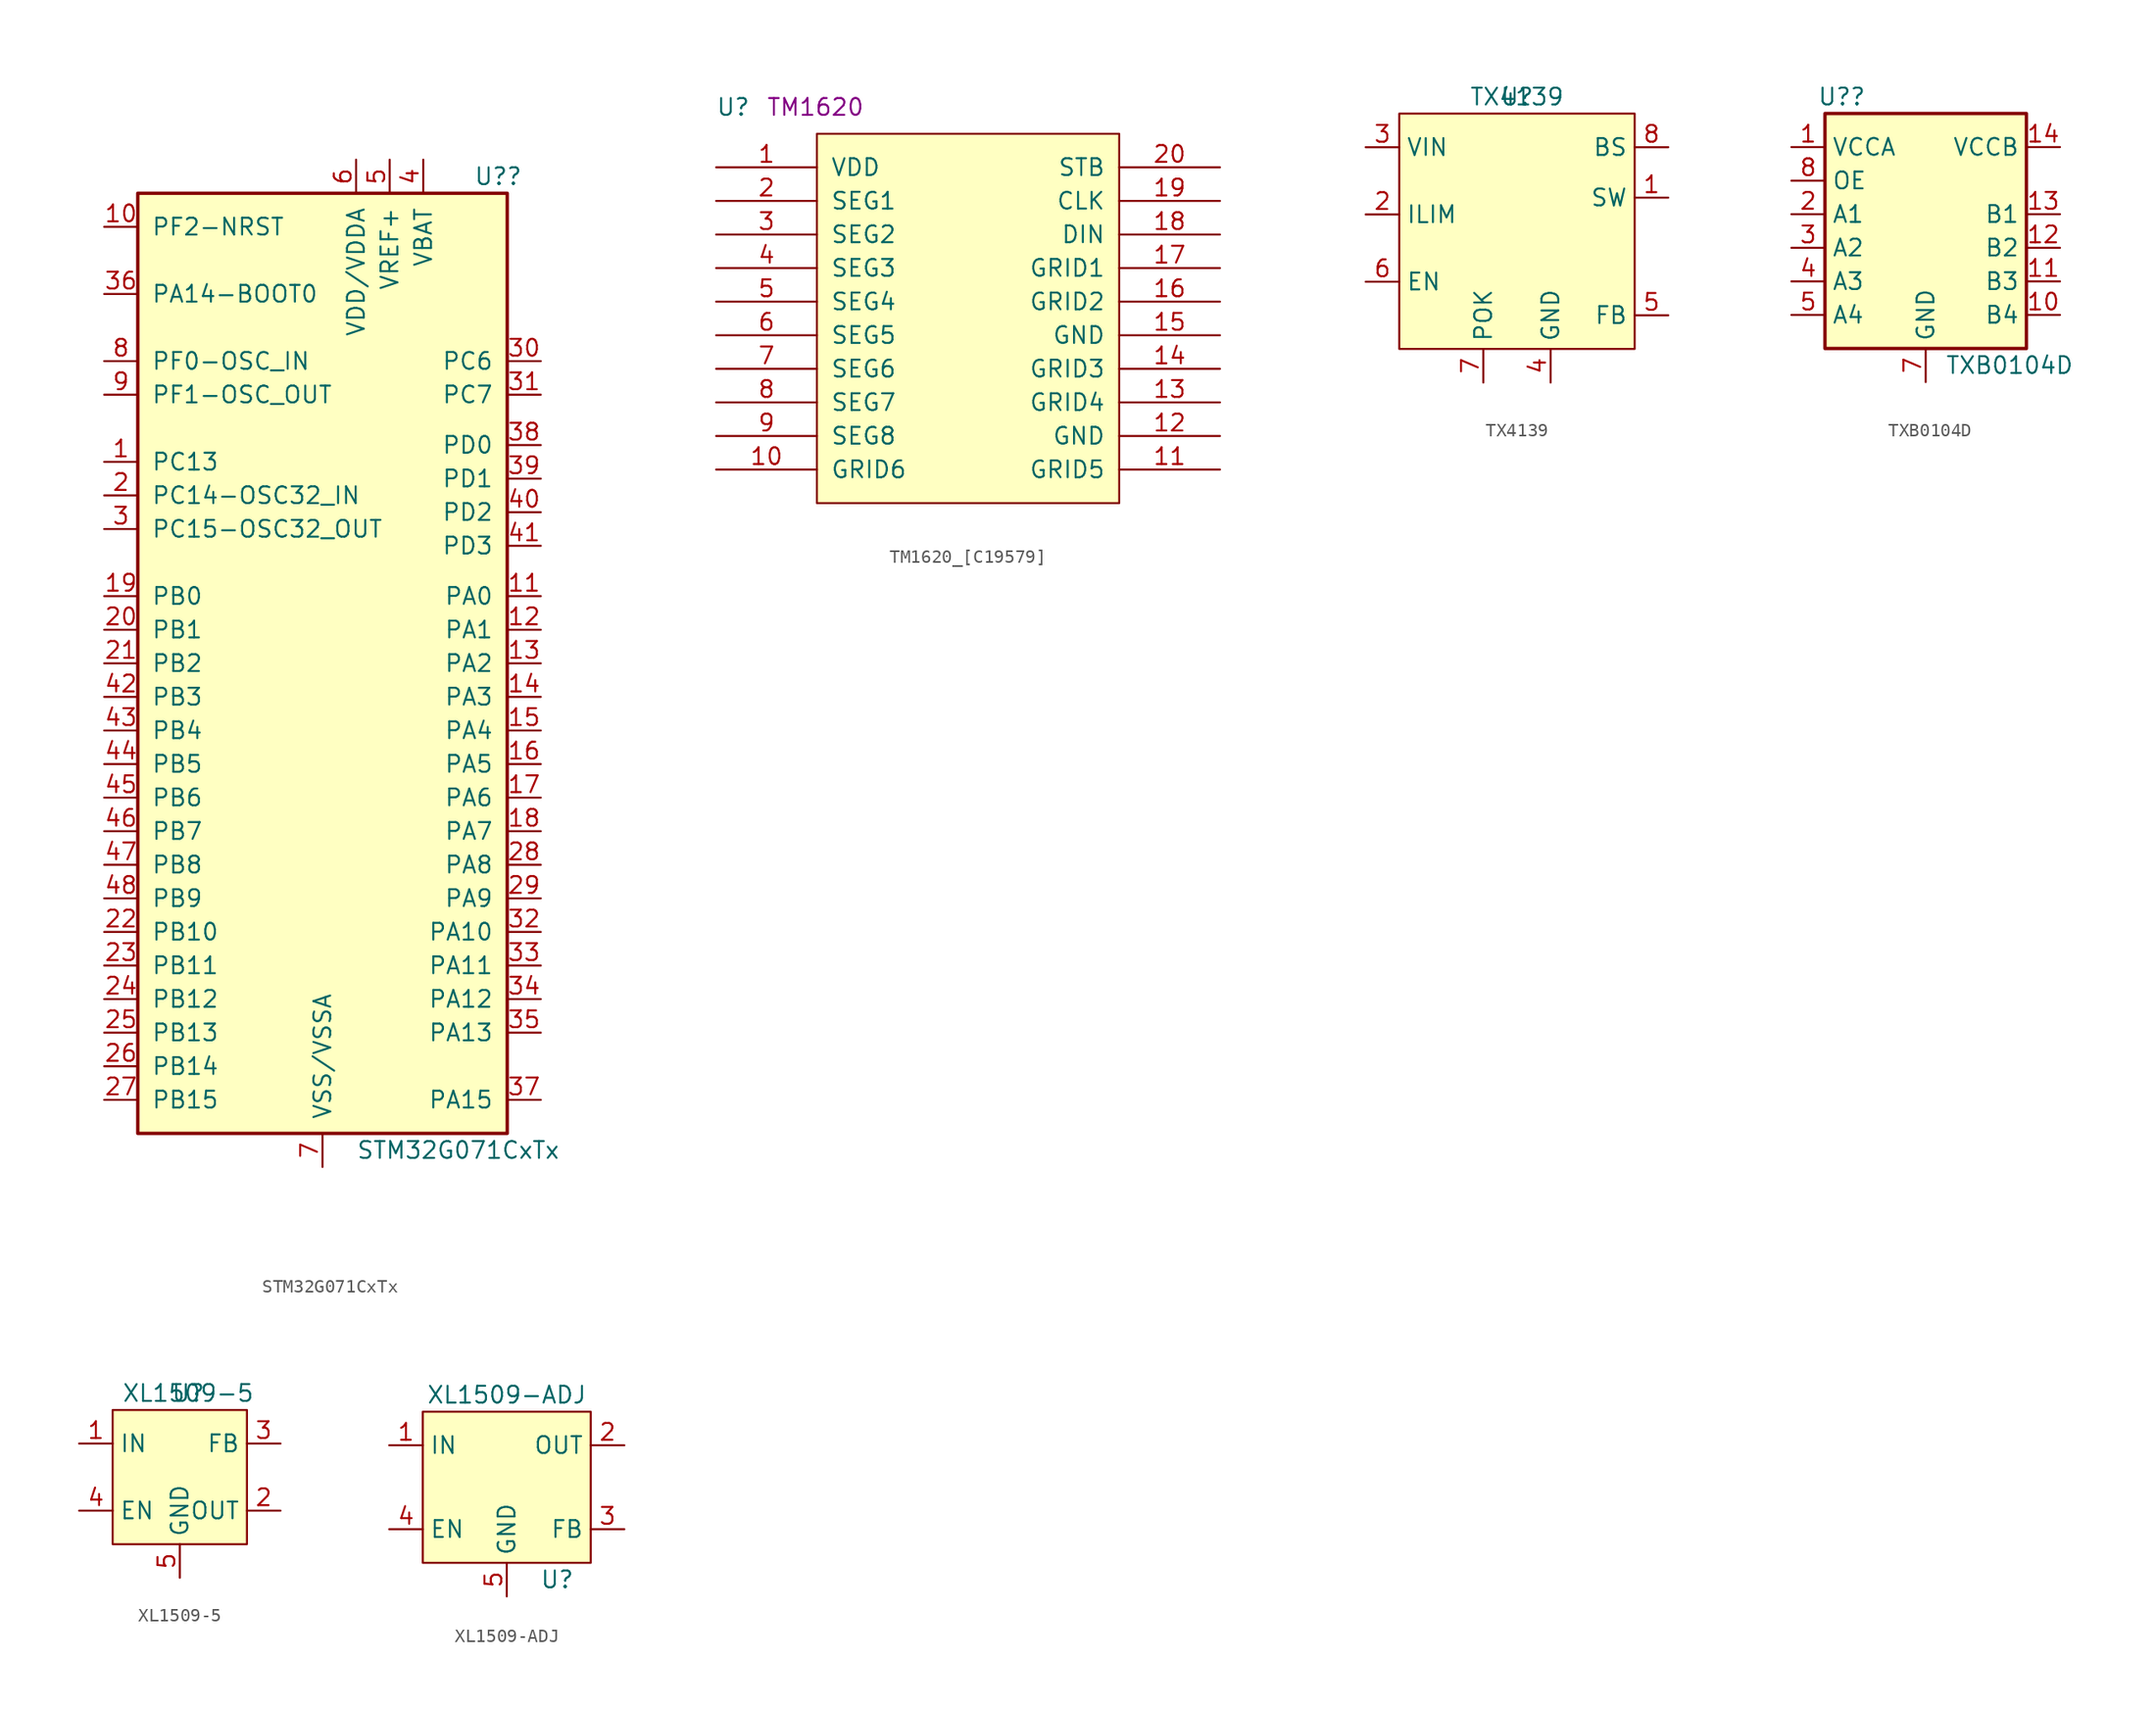
<source format=kicad_sym>
(kicad_symbol_lib
  (version 20211014)
  (generator kicad_symbol_editor)
  (symbol "STM32G071CxTx"
    (pin_names
      (offset 1.016))
    (property "Reference" "U?"
      (at 11.43 36.83 0)
      (effects (font (size 1.27 1.27)) (justify left)))
    (property "Value" "STM32G071CxTx"
      (at 2.54 -36.83 0)
      (effects (font (size 1.27 1.27)) (justify left)))
    (symbol "STM32G071CxTx_0_0"
      (pin bidirectional line (at -16.51 15.24 0) (length 2.54) (name "PC13" (effects (font (size 1.27 1.27)))) (number "1" (effects (font (size 1.27 1.27)))))
      (pin bidirectional line (at -16.51 33.02 0) (length 2.54) (name "PF2-NRST" (effects (font (size 1.27 1.27)))) (number "10" (effects (font (size 1.27 1.27)))))
      (pin bidirectional line (at 16.51 5.08 180) (length 2.54) (name "PA0" (effects (font (size 1.27 1.27)))) (number "11" (effects (font (size 1.27 1.27)))))
      (pin bidirectional line (at 16.51 2.54 180) (length 2.54) (name "PA1" (effects (font (size 1.27 1.27)))) (number "12" (effects (font (size 1.27 1.27)))))
      (pin bidirectional line (at 16.51 0 180) (length 2.54) (name "PA2" (effects (font (size 1.27 1.27)))) (number "13" (effects (font (size 1.27 1.27)))))
      (pin bidirectional line (at 16.51 -2.54 180) (length 2.54) (name "PA3" (effects (font (size 1.27 1.27)))) (number "14" (effects (font (size 1.27 1.27)))))
      (pin bidirectional line (at 16.51 -5.08 180) (length 2.54) (name "PA4" (effects (font (size 1.27 1.27)))) (number "15" (effects (font (size 1.27 1.27)))))
      (pin bidirectional line (at 16.51 -7.62 180) (length 2.54) (name "PA5" (effects (font (size 1.27 1.27)))) (number "16" (effects (font (size 1.27 1.27)))))
      (pin bidirectional line (at 16.51 -10.16 180) (length 2.54) (name "PA6" (effects (font (size 1.27 1.27)))) (number "17" (effects (font (size 1.27 1.27)))))
      (pin bidirectional line (at 16.51 -12.7 180) (length 2.54) (name "PA7" (effects (font (size 1.27 1.27)))) (number "18" (effects (font (size 1.27 1.27)))))
      (pin bidirectional line (at -16.51 5.08 0) (length 2.54) (name "PB0" (effects (font (size 1.27 1.27)))) (number "19" (effects (font (size 1.27 1.27)))))
      (pin bidirectional line (at -16.51 12.7 0) (length 2.54) (name "PC14-OSC32_IN" (effects (font (size 1.27 1.27)))) (number "2" (effects (font (size 1.27 1.27)))))
      (pin bidirectional line (at -16.51 2.54 0) (length 2.54) (name "PB1" (effects (font (size 1.27 1.27)))) (number "20" (effects (font (size 1.27 1.27)))))
      (pin bidirectional line (at -16.51 0 0) (length 2.54) (name "PB2" (effects (font (size 1.27 1.27)))) (number "21" (effects (font (size 1.27 1.27)))))
      (pin bidirectional line (at -16.51 -20.32 0) (length 2.54) (name "PB10" (effects (font (size 1.27 1.27)))) (number "22" (effects (font (size 1.27 1.27)))))
      (pin bidirectional line (at -16.51 -22.86 0) (length 2.54) (name "PB11" (effects (font (size 1.27 1.27)))) (number "23" (effects (font (size 1.27 1.27)))))
      (pin bidirectional line (at -16.51 -25.4 0) (length 2.54) (name "PB12" (effects (font (size 1.27 1.27)))) (number "24" (effects (font (size 1.27 1.27)))))
      (pin bidirectional line (at -16.51 -27.94 0) (length 2.54) (name "PB13" (effects (font (size 1.27 1.27)))) (number "25" (effects (font (size 1.27 1.27)))))
      (pin bidirectional line (at -16.51 -30.48 0) (length 2.54) (name "PB14" (effects (font (size 1.27 1.27)))) (number "26" (effects (font (size 1.27 1.27)))))
      (pin bidirectional line (at -16.51 -33.02 0) (length 2.54) (name "PB15" (effects (font (size 1.27 1.27)))) (number "27" (effects (font (size 1.27 1.27)))))
      (pin bidirectional line (at 16.51 -15.24 180) (length 2.54) (name "PA8" (effects (font (size 1.27 1.27)))) (number "28" (effects (font (size 1.27 1.27)))))
      (pin bidirectional line (at 16.51 -17.78 180) (length 2.54) (name "PA9" (effects (font (size 1.27 1.27)))) (number "29" (effects (font (size 1.27 1.27)))))
      (pin bidirectional line (at -16.51 10.16 0) (length 2.54) (name "PC15-OSC32_OUT" (effects (font (size 1.27 1.27)))) (number "3" (effects (font (size 1.27 1.27)))))
      (pin bidirectional line (at 16.51 22.86 180) (length 2.54) (name "PC6" (effects (font (size 1.27 1.27)))) (number "30" (effects (font (size 1.27 1.27)))))
      (pin bidirectional line (at 16.51 20.32 180) (length 2.54) (name "PC7" (effects (font (size 1.27 1.27)))) (number "31" (effects (font (size 1.27 1.27)))))
      (pin bidirectional line (at 16.51 -20.32 180) (length 2.54) (name "PA10" (effects (font (size 1.27 1.27)))) (number "32" (effects (font (size 1.27 1.27)))))
      (pin bidirectional line (at 16.51 -22.86 180) (length 2.54) (name "PA11" (effects (font (size 1.27 1.27)))) (number "33" (effects (font (size 1.27 1.27)))))
      (pin bidirectional line (at 16.51 -25.4 180) (length 2.54) (name "PA12" (effects (font (size 1.27 1.27)))) (number "34" (effects (font (size 1.27 1.27)))))
      (pin bidirectional line (at 16.51 -27.94 180) (length 2.54) (name "PA13" (effects (font (size 1.27 1.27)))) (number "35" (effects (font (size 1.27 1.27)))))
      (pin bidirectional line (at -16.51 27.94 0) (length 2.54) (name "PA14-BOOT0" (effects (font (size 1.27 1.27)))) (number "36" (effects (font (size 1.27 1.27)))))
      (pin bidirectional line (at 16.51 -33.02 180) (length 2.54) (name "PA15" (effects (font (size 1.27 1.27)))) (number "37" (effects (font (size 1.27 1.27)))))
      (pin bidirectional line (at 16.51 16.51 180) (length 2.54) (name "PD0" (effects (font (size 1.27 1.27)))) (number "38" (effects (font (size 1.27 1.27)))))
      (pin bidirectional line (at 16.51 13.97 180) (length 2.54) (name "PD1" (effects (font (size 1.27 1.27)))) (number "39" (effects (font (size 1.27 1.27)))))
      (pin power_in line (at 7.62 38.1 270) (length 2.54) (name "VBAT" (effects (font (size 1.27 1.27)))) (number "4" (effects (font (size 1.27 1.27)))))
      (pin bidirectional line (at 16.51 11.43 180) (length 2.54) (name "PD2" (effects (font (size 1.27 1.27)))) (number "40" (effects (font (size 1.27 1.27)))))
      (pin bidirectional line (at 16.51 8.89 180) (length 2.54) (name "PD3" (effects (font (size 1.27 1.27)))) (number "41" (effects (font (size 1.27 1.27)))))
      (pin bidirectional line (at -16.51 -2.54 0) (length 2.54) (name "PB3" (effects (font (size 1.27 1.27)))) (number "42" (effects (font (size 1.27 1.27)))))
      (pin bidirectional line (at -16.51 -5.08 0) (length 2.54) (name "PB4" (effects (font (size 1.27 1.27)))) (number "43" (effects (font (size 1.27 1.27)))))
      (pin bidirectional line (at -16.51 -7.62 0) (length 2.54) (name "PB5" (effects (font (size 1.27 1.27)))) (number "44" (effects (font (size 1.27 1.27)))))
      (pin bidirectional line (at -16.51 -10.16 0) (length 2.54) (name "PB6" (effects (font (size 1.27 1.27)))) (number "45" (effects (font (size 1.27 1.27)))))
      (pin bidirectional line (at -16.51 -12.7 0) (length 2.54) (name "PB7" (effects (font (size 1.27 1.27)))) (number "46" (effects (font (size 1.27 1.27)))))
      (pin bidirectional line (at -16.51 -15.24 0) (length 2.54) (name "PB8" (effects (font (size 1.27 1.27)))) (number "47" (effects (font (size 1.27 1.27)))))
      (pin bidirectional line (at -16.51 -17.78 0) (length 2.54) (name "PB9" (effects (font (size 1.27 1.27)))) (number "48" (effects (font (size 1.27 1.27)))))
      (pin power_in line (at 5.08 38.1 270) (length 2.54) (name "VREF+" (effects (font (size 1.27 1.27)))) (number "5" (effects (font (size 1.27 1.27)))))
      (pin power_in line (at 2.54 38.1 270) (length 2.54) (name "VDD/VDDA" (effects (font (size 1.27 1.27)))) (number "6" (effects (font (size 1.27 1.27)))))
      (pin power_in line (at 0 -38.1 90) (length 2.54) (name "VSS/VSSA" (effects (font (size 1.27 1.27)))) (number "7" (effects (font (size 1.27 1.27)))))
      (pin bidirectional line (at -16.51 22.86 0) (length 2.54) (name "PF0-OSC_IN" (effects (font (size 1.27 1.27)))) (number "8" (effects (font (size 1.27 1.27)))))
      (pin bidirectional line (at -16.51 20.32 0) (length 2.54) (name "PF1-OSC_OUT" (effects (font (size 1.27 1.27)))) (number "9" (effects (font (size 1.27 1.27))))))
    (symbol "STM32G071CxTx_0_1"
      (rectangle (start -13.97 -35.56) (end 13.97 35.56) (stroke (width 0.254) (type default) (color 0 0 0 0)) (fill (type background)))))
  (symbol "TM1620_[C19579]"
    (pin_names
      (offset 1.016))
    (property "Reference" "U"
      (at -0.025 1.27 0)
      (effects (font (size 1.27 1.27)) (justify left bottom)))
    (property "Comment" "TM1620"
      (at 3.785 1.27 0)
      (effects (font (size 1.27 1.27)) (justify left bottom)))
    (symbol "TM1620_[C19579]_1_1"
      (rectangle (start 7.62 -27.94) (end 30.48 0) (stroke (width 0) (type default) (color 0 0 0 0)) (fill (type background)))
      (pin passive line (at 0 -2.54 0) (length 7.62) (name "VDD" (effects (font (size 1.27 1.27)))) (number "1" (effects (font (size 1.27 1.27)))))
      (pin passive line (at 0 -25.4 0) (length 7.62) (name "GRID6" (effects (font (size 1.27 1.27)))) (number "10" (effects (font (size 1.27 1.27)))))
      (pin passive line (at 38.1 -25.4 180) (length 7.62) (name "GRID5" (effects (font (size 1.27 1.27)))) (number "11" (effects (font (size 1.27 1.27)))))
      (pin passive line (at 38.1 -22.86 180) (length 7.62) (name "GND" (effects (font (size 1.27 1.27)))) (number "12" (effects (font (size 1.27 1.27)))))
      (pin passive line (at 38.1 -20.32 180) (length 7.62) (name "GRID4" (effects (font (size 1.27 1.27)))) (number "13" (effects (font (size 1.27 1.27)))))
      (pin passive line (at 38.1 -17.78 180) (length 7.62) (name "GRID3" (effects (font (size 1.27 1.27)))) (number "14" (effects (font (size 1.27 1.27)))))
      (pin passive line (at 38.1 -15.24 180) (length 7.62) (name "GND" (effects (font (size 1.27 1.27)))) (number "15" (effects (font (size 1.27 1.27)))))
      (pin passive line (at 38.1 -12.7 180) (length 7.62) (name "GRID2" (effects (font (size 1.27 1.27)))) (number "16" (effects (font (size 1.27 1.27)))))
      (pin passive line (at 38.1 -10.16 180) (length 7.62) (name "GRID1" (effects (font (size 1.27 1.27)))) (number "17" (effects (font (size 1.27 1.27)))))
      (pin passive line (at 38.1 -7.62 180) (length 7.62) (name "DIN" (effects (font (size 1.27 1.27)))) (number "18" (effects (font (size 1.27 1.27)))))
      (pin passive line (at 38.1 -5.08 180) (length 7.62) (name "CLK" (effects (font (size 1.27 1.27)))) (number "19" (effects (font (size 1.27 1.27)))))
      (pin passive line (at 0 -5.08 0) (length 7.62) (name "SEG1" (effects (font (size 1.27 1.27)))) (number "2" (effects (font (size 1.27 1.27)))))
      (pin passive line (at 38.1 -2.54 180) (length 7.62) (name "STB" (effects (font (size 1.27 1.27)))) (number "20" (effects (font (size 1.27 1.27)))))
      (pin passive line (at 0 -7.62 0) (length 7.62) (name "SEG2" (effects (font (size 1.27 1.27)))) (number "3" (effects (font (size 1.27 1.27)))))
      (pin passive line (at 0 -10.16 0) (length 7.62) (name "SEG3" (effects (font (size 1.27 1.27)))) (number "4" (effects (font (size 1.27 1.27)))))
      (pin passive line (at 0 -12.7 0) (length 7.62) (name "SEG4" (effects (font (size 1.27 1.27)))) (number "5" (effects (font (size 1.27 1.27)))))
      (pin passive line (at 0 -15.24 0) (length 7.62) (name "SEG5" (effects (font (size 1.27 1.27)))) (number "6" (effects (font (size 1.27 1.27)))))
      (pin passive line (at 0 -17.78 0) (length 7.62) (name "SEG6" (effects (font (size 1.27 1.27)))) (number "7" (effects (font (size 1.27 1.27)))))
      (pin passive line (at 0 -20.32 0) (length 7.62) (name "SEG7" (effects (font (size 1.27 1.27)))) (number "8" (effects (font (size 1.27 1.27)))))
      (pin passive line (at 0 -22.86 0) (length 7.62) (name "SEG8" (effects (font (size 1.27 1.27)))) (number "9" (effects (font (size 1.27 1.27)))))))
  (symbol "TX4139"
    (property "Reference" "U"
      (at 0 10.16 0)
      (effects (font (size 1.27 1.27))))
    (property "Value" "TX4139"
      (at 0 10.16 0)
      (effects (font (size 1.27 1.27))))
    (symbol "TX4139_0_1"
      (rectangle (start -8.89 8.89) (end 8.89 -8.89) (stroke (width 0.152) (type default) (color 0 0 0 0)) (fill (type background))))
    (symbol "TX4139_1_1"
      (pin output line (at 11.43 2.54 180) (length 2.54) (name "SW" (effects (font (size 1.27 1.27)))) (number "1" (effects (font (size 1.27 1.27)))))
      (pin passive line (at -11.43 1.27 0) (length 2.54) (name "ILIM" (effects (font (size 1.27 1.27)))) (number "2" (effects (font (size 1.27 1.27)))))
      (pin power_in line (at -11.43 6.35 0) (length 2.54) (name "VIN" (effects (font (size 1.27 1.27)))) (number "3" (effects (font (size 1.27 1.27)))))
      (pin power_in line (at 2.54 -11.43 90) (length 2.54) (name "GND" (effects (font (size 1.27 1.27)))) (number "4" (effects (font (size 1.27 1.27)))))
      (pin input line (at 11.43 -6.35 180) (length 2.54) (name "FB" (effects (font (size 1.27 1.27)))) (number "5" (effects (font (size 1.27 1.27)))))
      (pin input line (at -11.43 -3.81 0) (length 2.54) (name "EN" (effects (font (size 1.27 1.27)))) (number "6" (effects (font (size 1.27 1.27)))))
      (pin output line (at -2.54 -11.43 90) (length 2.54) (name "POK" (effects (font (size 1.27 1.27)))) (number "7" (effects (font (size 1.27 1.27)))))
      (pin input line (at 11.43 6.35 180) (length 2.54) (name "BS" (effects (font (size 1.27 1.27)))) (number "8" (effects (font (size 1.27 1.27)))))
      (pin input line (at -11.43 1.27 0) (length 2.54) hide (name "ILIM" (effects (font (size 1.27 1.27)))) (number "9" (effects (font (size 1.27 1.27)))))))
  (symbol "TXB0104D"
    (property "Reference" "U?"
      (at -6.35 10.16 0)
      (effects (font (size 1.27 1.27))))
    (property "Value" "TXB0104D"
      (at 6.35 -10.16 0)
      (effects (font (size 1.27 1.27))))
    (symbol "TXB0104D_0_1"
      (rectangle (start -7.62 8.89) (end 7.62 -8.89) (stroke (width 0.254) (type default) (color 0 0 0 0)) (fill (type background))))
    (symbol "TXB0104D_1_1"
      (pin power_in line (at -10.16 6.35 0) (length 2.54) (name "VCCA" (effects (font (size 1.27 1.27)))) (number "1" (effects (font (size 1.27 1.27)))))
      (pin bidirectional line (at 10.16 -6.35 180) (length 2.54) (name "B4" (effects (font (size 1.27 1.27)))) (number "10" (effects (font (size 1.27 1.27)))))
      (pin bidirectional line (at 10.16 -3.81 180) (length 2.54) (name "B3" (effects (font (size 1.27 1.27)))) (number "11" (effects (font (size 1.27 1.27)))))
      (pin bidirectional line (at 10.16 -1.27 180) (length 2.54) (name "B2" (effects (font (size 1.27 1.27)))) (number "12" (effects (font (size 1.27 1.27)))))
      (pin bidirectional line (at 10.16 1.27 180) (length 2.54) (name "B1" (effects (font (size 1.27 1.27)))) (number "13" (effects (font (size 1.27 1.27)))))
      (pin power_in line (at 10.16 6.35 180) (length 2.54) (name "VCCB" (effects (font (size 1.27 1.27)))) (number "14" (effects (font (size 1.27 1.27)))))
      (pin bidirectional line (at -10.16 1.27 0) (length 2.54) (name "A1" (effects (font (size 1.27 1.27)))) (number "2" (effects (font (size 1.27 1.27)))))
      (pin bidirectional line (at -10.16 -1.27 0) (length 2.54) (name "A2" (effects (font (size 1.27 1.27)))) (number "3" (effects (font (size 1.27 1.27)))))
      (pin bidirectional line (at -10.16 -3.81 0) (length 2.54) (name "A3" (effects (font (size 1.27 1.27)))) (number "4" (effects (font (size 1.27 1.27)))))
      (pin bidirectional line (at -10.16 -6.35 0) (length 2.54) (name "A4" (effects (font (size 1.27 1.27)))) (number "5" (effects (font (size 1.27 1.27)))))
      (pin no_connect line (at -10.16 -8.89 0) (length 2.54) hide (name "NC" (effects (font (size 1.27 1.27)))) (number "6" (effects (font (size 1.27 1.27)))))
      (pin power_in line (at 0 -11.43 90) (length 2.54) (name "GND" (effects (font (size 1.27 1.27)))) (number "7" (effects (font (size 1.27 1.27)))))
      (pin input line (at -10.16 3.81 0) (length 2.54) (name "OE" (effects (font (size 1.27 1.27)))) (number "8" (effects (font (size 1.27 1.27)))))
      (pin no_connect line (at 10.16 -8.89 180) (length 2.54) hide (name "NC" (effects (font (size 1.27 1.27)))) (number "9" (effects (font (size 1.27 1.27)))))))
  (symbol "XL1509-5"
    (property "Reference" "U"
      (at 0.635 6.35 0)
      (effects (font (size 1.27 1.27))))
    (property "Value" "XL1509-5"
      (at 0.635 6.35 0)
      (effects (font (size 1.27 1.27))))
    (symbol "XL1509-5_0_0"
      (pin power_in line (at 0 -7.62 90) (length 2.54) hide (name "GND" (effects (font (size 1.27 1.27)))) (number "7" (effects (font (size 1.27 1.27)))))
      (pin power_in line (at 0 -7.62 90) (length 2.54) hide (name "GND" (effects (font (size 1.27 1.27)))) (number "8" (effects (font (size 1.27 1.27))))))
    (symbol "XL1509-5_0_1"
      (rectangle (start -5.08 5.08) (end 5.08 -5.08) (stroke (width 0) (type default) (color 0 0 0 0)) (fill (type background))))
    (symbol "XL1509-5_1_1"
      (pin power_in line (at -7.62 2.54 0) (length 2.54) (name "IN" (effects (font (size 1.27 1.27)))) (number "1" (effects (font (size 1.27 1.27)))))
      (pin power_out line (at 7.62 -2.54 180) (length 2.54) (name "OUT" (effects (font (size 1.27 1.27)))) (number "2" (effects (font (size 1.27 1.27)))))
      (pin passive line (at 7.62 2.54 180) (length 2.54) (name "FB" (effects (font (size 1.27 1.27)))) (number "3" (effects (font (size 1.27 1.27)))))
      (pin passive line (at -7.62 -2.54 0) (length 2.54) (name "EN" (effects (font (size 1.27 1.27)))) (number "4" (effects (font (size 1.27 1.27)))))
      (pin power_in line (at 0 -7.62 90) (length 2.54) (name "GND" (effects (font (size 1.27 1.27)))) (number "5" (effects (font (size 1.27 1.27)))))
      (pin power_in line (at 0 -7.62 90) (length 2.54) hide (name "GND" (effects (font (size 1.27 1.27)))) (number "6" (effects (font (size 1.27 1.27)))))))
  (symbol "XL1509-ADJ"
    (property "Reference" "U"
      (at 3.81 -7.62 0)
      (effects (font (size 1.27 1.27))))
    (property "Value" "XL1509-ADJ"
      (at 0 6.35 0)
      (effects (font (size 1.27 1.27))))
    (symbol "XL1509-ADJ_0_0"
      (pin power_in line (at 0 -8.89 90) (length 2.54) hide (name "GND" (effects (font (size 1.27 1.27)))) (number "7" (effects (font (size 1.27 1.27)))))
      (pin power_in line (at 0 -8.89 90) (length 2.54) hide (name "GND" (effects (font (size 1.27 1.27)))) (number "8" (effects (font (size 1.27 1.27))))))
    (symbol "XL1509-ADJ_0_1"
      (rectangle (start -6.35 5.08) (end 6.35 -6.35) (stroke (width 0) (type default) (color 0 0 0 0)) (fill (type background))))
    (symbol "XL1509-ADJ_1_1"
      (pin power_in line (at -8.89 2.54 0) (length 2.54) (name "IN" (effects (font (size 1.27 1.27)))) (number "1" (effects (font (size 1.27 1.27)))))
      (pin power_out line (at 8.89 2.54 180) (length 2.54) (name "OUT" (effects (font (size 1.27 1.27)))) (number "2" (effects (font (size 1.27 1.27)))))
      (pin passive line (at 8.89 -3.81 180) (length 2.54) (name "FB" (effects (font (size 1.27 1.27)))) (number "3" (effects (font (size 1.27 1.27)))))
      (pin passive line (at -8.89 -3.81 0) (length 2.54) (name "EN" (effects (font (size 1.27 1.27)))) (number "4" (effects (font (size 1.27 1.27)))))
      (pin power_in line (at 0 -8.89 90) (length 2.54) (name "GND" (effects (font (size 1.27 1.27)))) (number "5" (effects (font (size 1.27 1.27)))))
      (pin power_in line (at 0 -8.89 90) (length 2.54) hide (name "GND" (effects (font (size 1.27 1.27)))) (number "6" (effects (font (size 1.27 1.27))))))))
</source>
